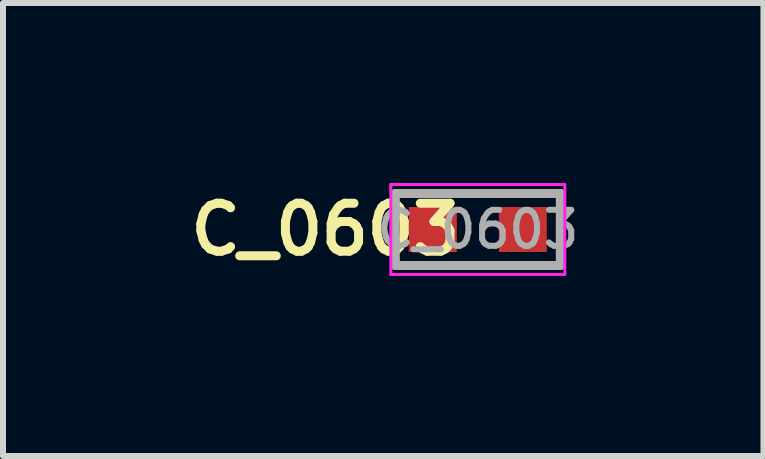
<source format=kicad_pcb>
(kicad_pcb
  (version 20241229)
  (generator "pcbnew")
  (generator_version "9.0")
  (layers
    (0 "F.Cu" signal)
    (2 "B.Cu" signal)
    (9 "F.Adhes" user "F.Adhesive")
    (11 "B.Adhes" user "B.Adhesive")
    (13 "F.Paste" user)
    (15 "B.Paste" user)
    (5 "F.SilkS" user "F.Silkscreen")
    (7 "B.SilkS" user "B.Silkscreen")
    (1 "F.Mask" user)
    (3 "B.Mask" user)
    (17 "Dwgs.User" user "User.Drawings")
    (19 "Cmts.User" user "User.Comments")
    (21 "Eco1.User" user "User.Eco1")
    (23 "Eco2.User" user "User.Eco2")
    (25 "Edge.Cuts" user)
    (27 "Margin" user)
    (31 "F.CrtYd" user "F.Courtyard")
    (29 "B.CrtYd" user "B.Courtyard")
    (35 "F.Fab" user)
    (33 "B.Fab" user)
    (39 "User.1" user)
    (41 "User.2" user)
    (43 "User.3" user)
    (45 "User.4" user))
  (footprint "C_0603"
    (layer "F.Cu")
    (at 4.914 0.775)
    (property "Reference" "C_0603" (at -2.54 0 0) (layer "F.SilkS") (effects (font (size 0.8 0.8) (thickness 0.15))))
    (attr smd)
    (fp_line (start -0.35 -0.6) (end 0.35 -0.6) (stroke (width 0.15) (type solid)) (layer "F.SilkS"))
    (fp_line (start 0.35 0.6) (end -0.35 0.6) (stroke (width 0.15) (type solid)) (layer "F.SilkS"))
    (fp_line (start -1.45 -0.75) (end -1.45 0.75) (stroke (width 0.05) (type solid)) (layer "F.CrtYd"))
    (fp_line (start -1.45 -0.75) (end 1.45 -0.75) (stroke (width 0.05) (type solid)) (layer "F.CrtYd"))
    (fp_line (start -1.45 0.75) (end 1.45 0.75) (stroke (width 0.05) (type solid)) (layer "F.CrtYd"))
    (fp_line (start 1.45 -0.75) (end 1.45 0.75) (stroke (width 0.05) (type solid)) (layer "F.CrtYd"))
    (fp_line (start -1.375 -0.6) (end 1.375 -0.6) (stroke (width 0.15) (type solid)) (layer "F.Fab"))
    (fp_line (start -1.375 0.6) (end -1.375 -0.6) (stroke (width 0.15) (type solid)) (layer "F.Fab"))
    (fp_line (start 1.375 -0.6) (end 1.375 0.6) (stroke (width 0.15) (type solid)) (layer "F.Fab"))
    (fp_line (start 1.375 0.6) (end -1.375 0.6) (stroke (width 0.15) (type solid)) (layer "F.Fab"))
    (fp_text user "${REFERENCE}" (at 0 0 0) (layer "F.Fab") (effects (font (size 0.6 0.6) (thickness 0.1))))
    (pad "1" smd rect (at -0.75 0) (size 0.8 0.75) (layers "F.Cu" "F.Mask" "F.Paste"))
    (pad "2" smd rect (at 0.75 0) (size 0.8 0.75) (layers "F.Cu" "F.Mask" "F.Paste")))
  (gr_rect
    (start -3 -3)
    (end 9.675 4.55)
    (stroke (width 0.1) (type default))
    (fill no)
    (layer "Edge.Cuts")))
</source>
